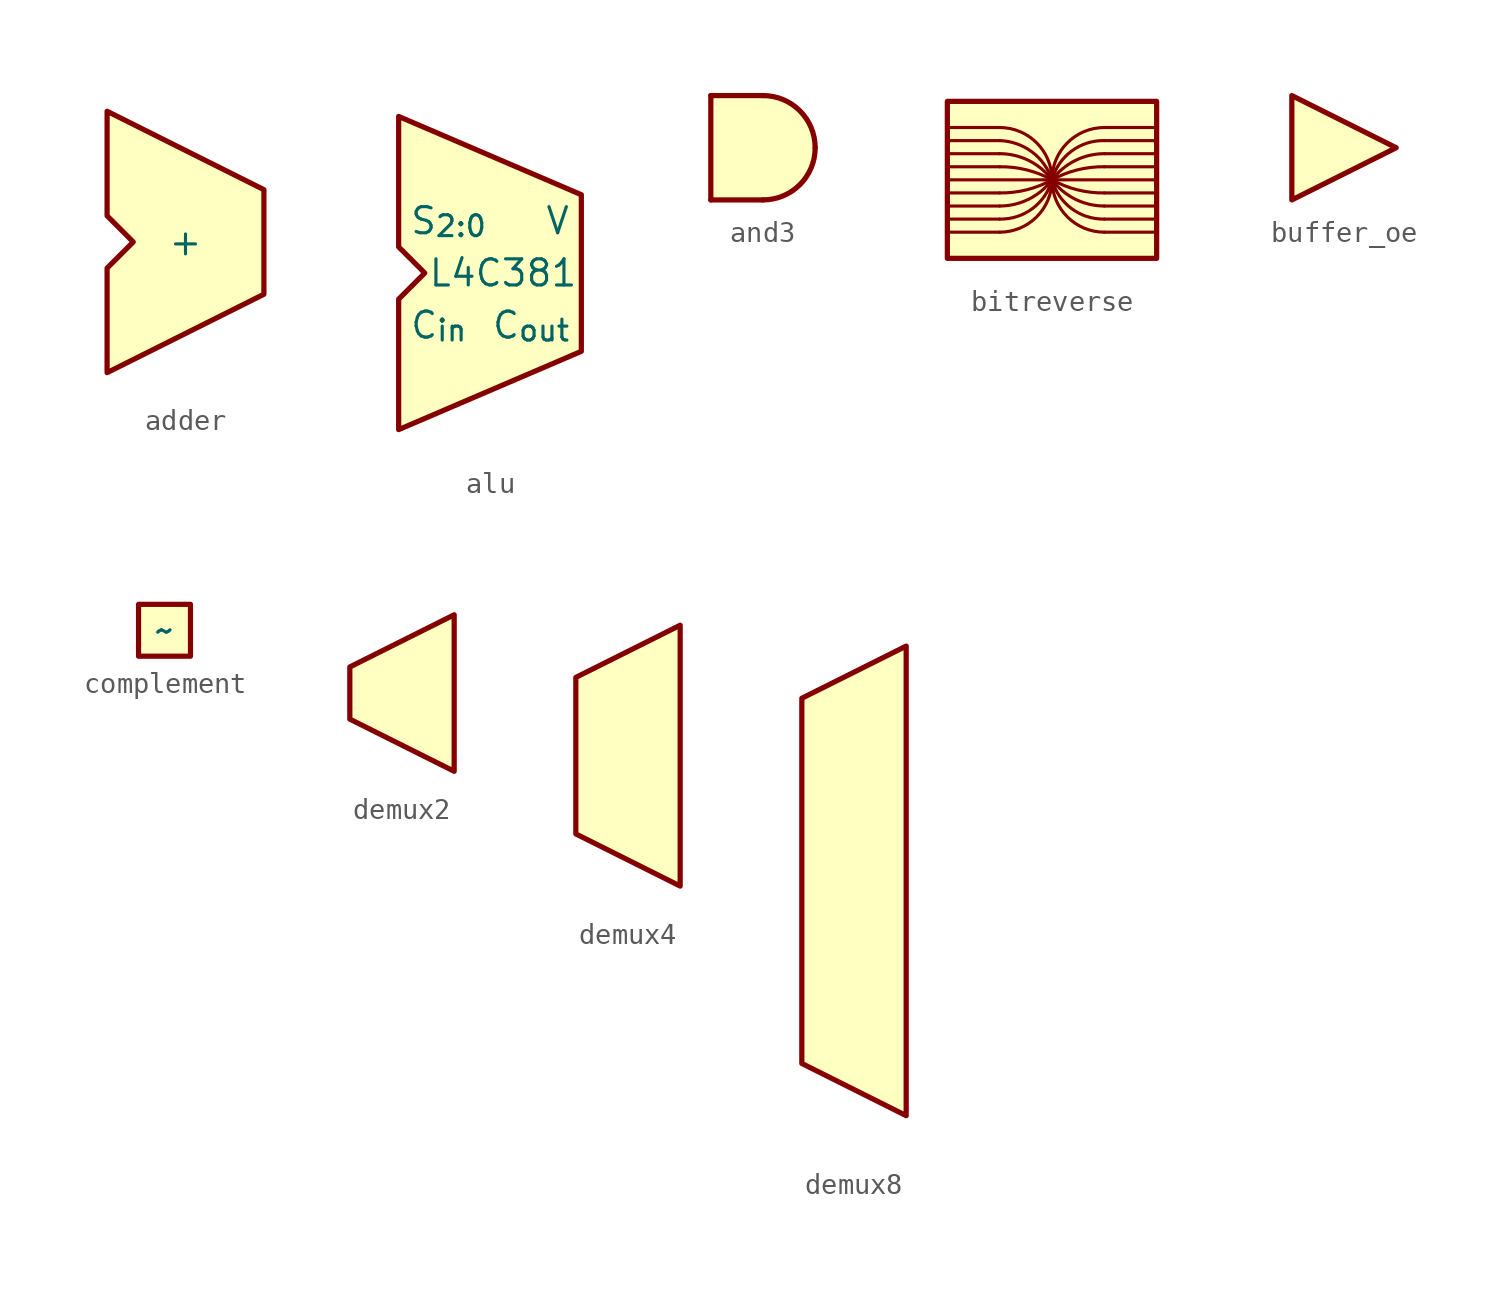
<source format=kicad_sym>
(kicad_symbol_lib
  (version 20231120)
  (generator "kicad_symbol_editor")
  (generator_version "8.0")
  (symbol "adder"
    (property "Reference" "U"
      (at 0 5.842 0)
      (effects (font (size 1.27 1.27)) (hide yes)))
    (property "Value" "+"
      (at 0 0 0)
      (do_not_autoplace)
      (effects (font (size 1.27 1.27))))
    (symbol "adder_1_1"
      (polyline (pts (xy -3.81 6.35) (xy -3.81 1.27) (xy -2.54 0) (xy -3.81 -1.27) (xy -3.81 -6.35) (xy 3.81 -2.54) (xy 3.81 2.54) (xy -3.81 6.35)) (stroke (width 0.254) (type default)) (fill (type background)))
      (pin input line (at -3.81 -3.81 0) (length 0) (name "" (effects (font (size 1.27 1.27)))) (number "" (effects (font (size 1.27 1.27)))))
      (pin input line (at -3.81 3.81 0) (length 0) (name "" (effects (font (size 1.27 1.27)))) (number "" (effects (font (size 1.27 1.27)))))
      (pin output line (at 3.81 0 180) (length 0) (name "" (effects (font (size 1.27 1.27)))) (number "" (effects (font (size 1.27 1.27)))))))
  (symbol "alu"
    (property "Reference" "U"
      (at 0 5.842 0)
      (effects (font (size 1.27 1.27)) (hide yes)))
    (property "Value" "L4C381"
      (at 0 0 0)
      (do_not_autoplace)
      (effects (font (size 1.27 1.27))))
    (symbol "alu_1_1"
      (polyline (pts (xy -5.08 7.62) (xy -5.08 1.27) (xy -3.81 0) (xy -5.08 -1.27) (xy -5.08 -7.62) (xy 3.81 -3.81) (xy 3.81 3.81) (xy -5.08 7.62)) (stroke (width 0.254) (type default)) (fill (type background)))
      (pin input line (at -5.08 -5.08 0) (length 0) (name "" (effects (font (size 1.27 1.27)))) (number "" (effects (font (size 1.27 1.27)))))
      (pin input line (at -5.08 5.08 0) (length 0) (name "" (effects (font (size 1.27 1.27)))) (number "" (effects (font (size 1.27 1.27)))))
      (pin output line (at 3.81 0 180) (length 0) (name "" (effects (font (size 1.27 1.27)))) (number "" (effects (font (size 1.27 1.27)))))
      (pin input line (at -5.08 -2.54 0) (length 0) (name "C_{in}" (effects (font (size 1.27 1.27)))) (number "" (effects (font (size 1.27 1.27)))))
      (pin output line (at 3.81 -2.54 180) (length 0) (name "C_{out}" (effects (font (size 1.27 1.27)))) (number "" (effects (font (size 1.27 1.27)))))
      (pin input line (at -5.08 2.54 0) (length 0) (name "S_{2:0}" (effects (font (size 1.27 1.27)))) (number "" (effects (font (size 1.27 1.27)))))
      (pin output line (at 3.81 2.54 180) (length 0) (name "V" (effects (font (size 1.27 1.27)))) (number "" (effects (font (size 1.27 1.27)))))))
  (symbol "and3"
    (property "Reference" "U"
      (at 0 0 0)
      (effects (font (size 1.27 1.27)) (hide yes)))
    (property "Value" ""
      (at 0 0 0)
      (effects (font (size 1.27 1.27))))
    (symbol "and3_1_1"
      (arc (start 0 -2.54) (mid 1.7961 -1.7961) (end 2.54 0) (stroke (width 0.254) (type default)) (fill (type none)))
      (polyline (pts (xy -2.54 2.54) (xy -2.54 -2.54)) (stroke (width 0.254) (type default)) (fill (type none)))
      (polyline (pts (xy 0 -2.54) (xy -2.54 -2.54)) (stroke (width 0.254) (type default)) (fill (type none)))
      (polyline (pts (xy 0 2.54) (xy -2.54 2.54)) (stroke (width 0.254) (type default)) (fill (type none)))
      (polyline (pts (xy -2.54 2.54) (xy 0 2.54) (xy 1.295 2.261) (xy 2.261 1.194) (xy 2.54 0) (xy 2.235 -1.295) (xy 1.27 -2.235) (xy 0 -2.54) (xy -2.54 -2.54) (xy -2.54 -1.524) (xy -2.54 0) (xy -2.54 1.524) (xy -2.54 2.54)) (stroke (width -0.0001) (type default)) (fill (type background)))
      (arc (start 2.54 0) (mid 1.7961 1.7961) (end 0 2.54) (stroke (width 0.254) (type default)) (fill (type none)))
      (pin input line (at -2.54 -1.27 0) (length 0) (name "" (effects (font (size 1.27 1.27)))) (number "" (effects (font (size 1.27 1.27)))))
      (pin input line (at -2.54 0 0) (length 0) (name "" (effects (font (size 1.27 1.27)))) (number "" (effects (font (size 1.27 1.27)))))
      (pin input line (at -2.54 1.27 0) (length 0) (name "" (effects (font (size 1.27 1.27)))) (number "" (effects (font (size 1.27 1.27)))))
      (pin output line (at 2.54 0 180) (length 0) (name "" (effects (font (size 1.27 1.27)))) (number "" (effects (font (size 1.27 1.27)))))))
  (symbol "bitreverse"
    (property "Reference" "U"
      (at 0 5.842 0)
      (effects (font (size 1.27 1.27)) (hide yes)))
    (symbol "bitreverse_0_1"
      (arc (start -2.54 -2.54) (mid -0.7439 -1.7961) (end 0 0) (stroke (width 0) (type default)) (fill (type none)))
      (arc (start -2.54 -1.905) (mid -0.9421 -1.3897) (end 0 0) (stroke (width 0) (type default)) (fill (type none)))
      (arc (start -2.54 -1.27) (mid -1.1201 -0.9348) (end 0 0) (stroke (width 0) (type default)) (fill (type none)))
      (arc (start -2.54 -0.635) (mid -1.2286 -0.4833) (end 0 0) (stroke (width 0) (type default)) (fill (type none)))
      (arc (start 0 0) (mid -1.2286 0.4833) (end -2.54 0.635) (stroke (width 0) (type default)) (fill (type none)))
      (arc (start 0 0) (mid -1.1201 0.9348) (end -2.54 1.27) (stroke (width 0) (type default)) (fill (type none)))
      (arc (start 0 0) (mid -0.9691 1.3537) (end -2.54 1.905) (stroke (width 0) (type default)) (fill (type none)))
      (arc (start 0 0) (mid -0.7439 1.7961) (end -2.54 2.54) (stroke (width 0) (type default)) (fill (type none)))
      (polyline (pts (xy -5.08 -2.54) (xy -2.54 -2.54)) (stroke (width 0) (type default)) (fill (type none)))
      (polyline (pts (xy -5.08 -1.905) (xy -2.54 -1.905)) (stroke (width 0) (type default)) (fill (type none)))
      (polyline (pts (xy -5.08 -0.635) (xy -2.54 -0.635)) (stroke (width 0) (type default)) (fill (type none)))
      (polyline (pts (xy -5.08 0.635) (xy -2.54 0.635)) (stroke (width 0) (type default)) (fill (type none)))
      (polyline (pts (xy -5.08 1.905) (xy -2.54 1.905)) (stroke (width 0) (type default)) (fill (type none)))
      (polyline (pts (xy -5.08 2.54) (xy -2.54 2.54)) (stroke (width 0) (type default)) (fill (type none)))
      (polyline (pts (xy -2.54 -1.27) (xy -5.08 -1.27)) (stroke (width 0) (type default)) (fill (type none)))
      (polyline (pts (xy -2.54 1.27) (xy -5.08 1.27)) (stroke (width 0) (type default)) (fill (type none)))
      (polyline (pts (xy 5.08 -2.54) (xy 2.54 -2.54)) (stroke (width 0) (type default)) (fill (type none)))
      (polyline (pts (xy 5.08 -1.905) (xy 2.54 -1.905)) (stroke (width 0) (type default)) (fill (type none)))
      (polyline (pts (xy 5.08 -1.27) (xy 2.54 -1.27)) (stroke (width 0) (type default)) (fill (type none)))
      (polyline (pts (xy 5.08 -0.635) (xy 2.54 -0.635)) (stroke (width 0) (type default)) (fill (type none)))
      (polyline (pts (xy 5.08 0) (xy -5.08 0)) (stroke (width 0) (type default)) (fill (type none)))
      (polyline (pts (xy 5.08 0.635) (xy 2.54 0.635)) (stroke (width 0) (type default)) (fill (type none)))
      (polyline (pts (xy 5.08 1.27) (xy 2.54 1.27)) (stroke (width 0) (type default)) (fill (type none)))
      (polyline (pts (xy 5.08 1.905) (xy 2.54 1.905)) (stroke (width 0) (type default)) (fill (type none)))
      (polyline (pts (xy 5.08 2.54) (xy 2.54 2.54)) (stroke (width 0) (type default)) (fill (type none)))
      (arc (start 0 0) (mid 0.7439 -1.7961) (end 2.54 -2.54) (stroke (width 0) (type default)) (fill (type none)))
      (arc (start 0 0) (mid 0.9421 -1.3897) (end 2.54 -1.905) (stroke (width 0) (type default)) (fill (type none)))
      (arc (start 0 0) (mid 1.1201 -0.9348) (end 2.54 -1.27) (stroke (width 0) (type default)) (fill (type none)))
      (arc (start 0 0) (mid 1.2286 -0.4833) (end 2.54 -0.635) (stroke (width 0) (type default)) (fill (type none)))
      (arc (start 2.54 0.635) (mid 1.2286 0.4833) (end 0 0) (stroke (width 0) (type default)) (fill (type none)))
      (arc (start 2.54 1.27) (mid 1.1201 0.9348) (end 0 0) (stroke (width 0) (type default)) (fill (type none)))
      (arc (start 2.54 1.905) (mid 0.9421 1.3897) (end 0 0) (stroke (width 0) (type default)) (fill (type none)))
      (arc (start 2.54 2.54) (mid 0.7439 1.7961) (end 0 0) (stroke (width 0) (type default)) (fill (type none))))
    (symbol "bitreverse_1_1"
      (polyline (pts (xy -5.08 3.81) (xy -5.08 -3.81) (xy 0 -3.81) (xy 5.08 -3.81) (xy 5.08 3.81) (xy 0 3.81) (xy -5.08 3.81)) (stroke (width 0.254) (type default)) (fill (type background)))
      (pin input line (at -5.08 0 0) (length 0) (name "" (effects (font (size 1.27 1.27)))) (number "" (effects (font (size 1.27 1.27)))))
      (pin input line (at 0 -3.81 90) (length 0) (name "" (effects (font (size 1.27 1.27)))) (number "" (effects (font (size 1.27 1.27)))))
      (pin output line (at 5.08 0 180) (length 0) (name "" (effects (font (size 1.27 1.27)))) (number "" (effects (font (size 1.27 1.27)))))))
  (symbol "buffer_oe"
    (property "Reference" "U"
      (at 0 0 0)
      (do_not_autoplace)
      (effects (font (size 1.27 1.27)) (hide yes)))
    (property "Value" ""
      (at 0 0 0)
      (effects (font (size 1.27 1.27))))
    (symbol "buffer_oe_1_1"
      (polyline (pts (xy 2.54 0) (xy -2.54 2.54) (xy -2.54 -2.54) (xy 2.54 0)) (stroke (width 0.254) (type default)) (fill (type background)))
      (pin input line (at -2.54 0 0) (length 0) (name "" (effects (font (size 1.27 1.27)))) (number "" (effects (font (size 1.27 1.27)))))
      (pin input line (at 0 1.27 270) (length 0) (name "" (effects (font (size 1.27 1.27)))) (number "" (effects (font (size 1.27 1.27)))))
      (pin output line (at 2.54 0 180) (length 0) (name "" (effects (font (size 1.27 1.27)))) (number "" (effects (font (size 1.27 1.27)))))))
  (symbol "complement"
    (property "Reference" "U"
      (at 0 0 0)
      (effects (font (size 1.27 1.27)) (hide yes)))
    (property "Value" "~"
      (at 0 0 0)
      (do_not_autoplace)
      (effects (font (size 1.27 1.27))))
    (symbol "complement_1_1"
      (rectangle (start -1.27 1.27) (end 1.27 -1.27) (stroke (width 0.254) (type default)) (fill (type background)))
      (pin input line (at -1.27 0 0) (length 0) (name "" (effects (font (size 1.27 1.27)))) (number "" (effects (font (size 1.27 1.27)))))
      (pin output line (at 1.27 0 180) (length 0) (name "" (effects (font (size 1.27 1.27)))) (number "" (effects (font (size 1.27 1.27)))))))
  (symbol "demux2"
    (property "Reference" "U"
      (at 0 5.842 0)
      (effects (font (size 1.27 1.27)) (hide yes)))
    (symbol "demux2_1_1"
      (polyline (pts (xy -2.54 1.27) (xy -2.54 -1.27) (xy 2.54 -3.81) (xy 2.54 3.81) (xy -2.54 1.27)) (stroke (width 0.254) (type default)) (fill (type background)))
      (pin input line (at -2.54 0 0) (length 0) (name "" (effects (font (size 1.27 1.27)))) (number "" (effects (font (size 1.27 1.27)))))
      (pin input line (at 0 -2.54 90) (length 0) (name "" (effects (font (size 1.27 1.27)))) (number "" (effects (font (size 1.27 1.27)))))
      (pin output line (at 2.54 -1.27 180) (length 0) (name "" (effects (font (size 1.27 1.27)))) (number "" (effects (font (size 1.27 1.27)))))
      (pin output line (at 2.54 1.27 180) (length 0) (name "" (effects (font (size 1.27 1.27)))) (number "" (effects (font (size 1.27 1.27)))))))
  (symbol "demux4"
    (property "Reference" "U"
      (at 0 5.842 0)
      (effects (font (size 1.27 1.27)) (hide yes)))
    (symbol "demux4_1_1"
      (polyline (pts (xy -2.54 3.81) (xy -2.54 -3.81) (xy 2.54 -6.35) (xy 2.54 6.35) (xy -2.54 3.81)) (stroke (width 0.254) (type default)) (fill (type background)))
      (pin input line (at -2.54 0 0) (length 0) (name "" (effects (font (size 1.27 1.27)))) (number "" (effects (font (size 1.27 1.27)))))
      (pin input line (at 0 -5.08 90) (length 0) (name "" (effects (font (size 1.27 1.27)))) (number "" (effects (font (size 1.27 1.27)))))
      (pin output line (at 2.54 -3.81 180) (length 0) (name "" (effects (font (size 1.27 1.27)))) (number "" (effects (font (size 1.27 1.27)))))
      (pin output line (at 2.54 -1.27 180) (length 0) (name "" (effects (font (size 1.27 1.27)))) (number "" (effects (font (size 1.27 1.27)))))
      (pin output line (at 2.54 1.27 180) (length 0) (name "" (effects (font (size 1.27 1.27)))) (number "" (effects (font (size 1.27 1.27)))))
      (pin output line (at 2.54 3.81 180) (length 0) (name "" (effects (font (size 1.27 1.27)))) (number "" (effects (font (size 1.27 1.27)))))))
  (symbol "demux8"
    (property "Reference" "U"
      (at 0 5.842 0)
      (effects (font (size 1.27 1.27)) (hide yes)))
    (symbol "demux8_1_1"
      (polyline (pts (xy -2.54 8.89) (xy -2.54 -8.89) (xy 2.54 -11.43) (xy 2.54 11.43) (xy -2.54 8.89)) (stroke (width 0.254) (type default)) (fill (type background)))
      (pin input line (at -2.54 0 0) (length 0) (name "" (effects (font (size 1.27 1.27)))) (number "" (effects (font (size 1.27 1.27)))))
      (pin input line (at 0 -10.16 90) (length 0) (name "" (effects (font (size 1.27 1.27)))) (number "" (effects (font (size 1.27 1.27)))))
      (pin output line (at 2.54 -8.89 180) (length 0) (name "" (effects (font (size 1.27 1.27)))) (number "" (effects (font (size 1.27 1.27)))))
      (pin output line (at 2.54 -6.35 180) (length 0) (name "" (effects (font (size 1.27 1.27)))) (number "" (effects (font (size 1.27 1.27)))))
      (pin output line (at 2.54 -3.81 180) (length 0) (name "" (effects (font (size 1.27 1.27)))) (number "" (effects (font (size 1.27 1.27)))))
      (pin output line (at 2.54 -1.27 180) (length 0) (name "" (effects (font (size 1.27 1.27)))) (number "" (effects (font (size 1.27 1.27)))))
      (pin output line (at 2.54 1.27 180) (length 0) (name "" (effects (font (size 1.27 1.27)))) (number "" (effects (font (size 1.27 1.27)))))
      (pin output line (at 2.54 3.81 180) (length 0) (name "" (effects (font (size 1.27 1.27)))) (number "" (effects (font (size 1.27 1.27)))))
      (pin output line (at 2.54 6.35 180) (length 0) (name "" (effects (font (size 1.27 1.27)))) (number "" (effects (font (size 1.27 1.27)))))
      (pin output line (at 2.54 8.89 180) (length 0) (name "" (effects (font (size 1.27 1.27)))) (number "" (effects (font (size 1.27 1.27))))))))
</source>
